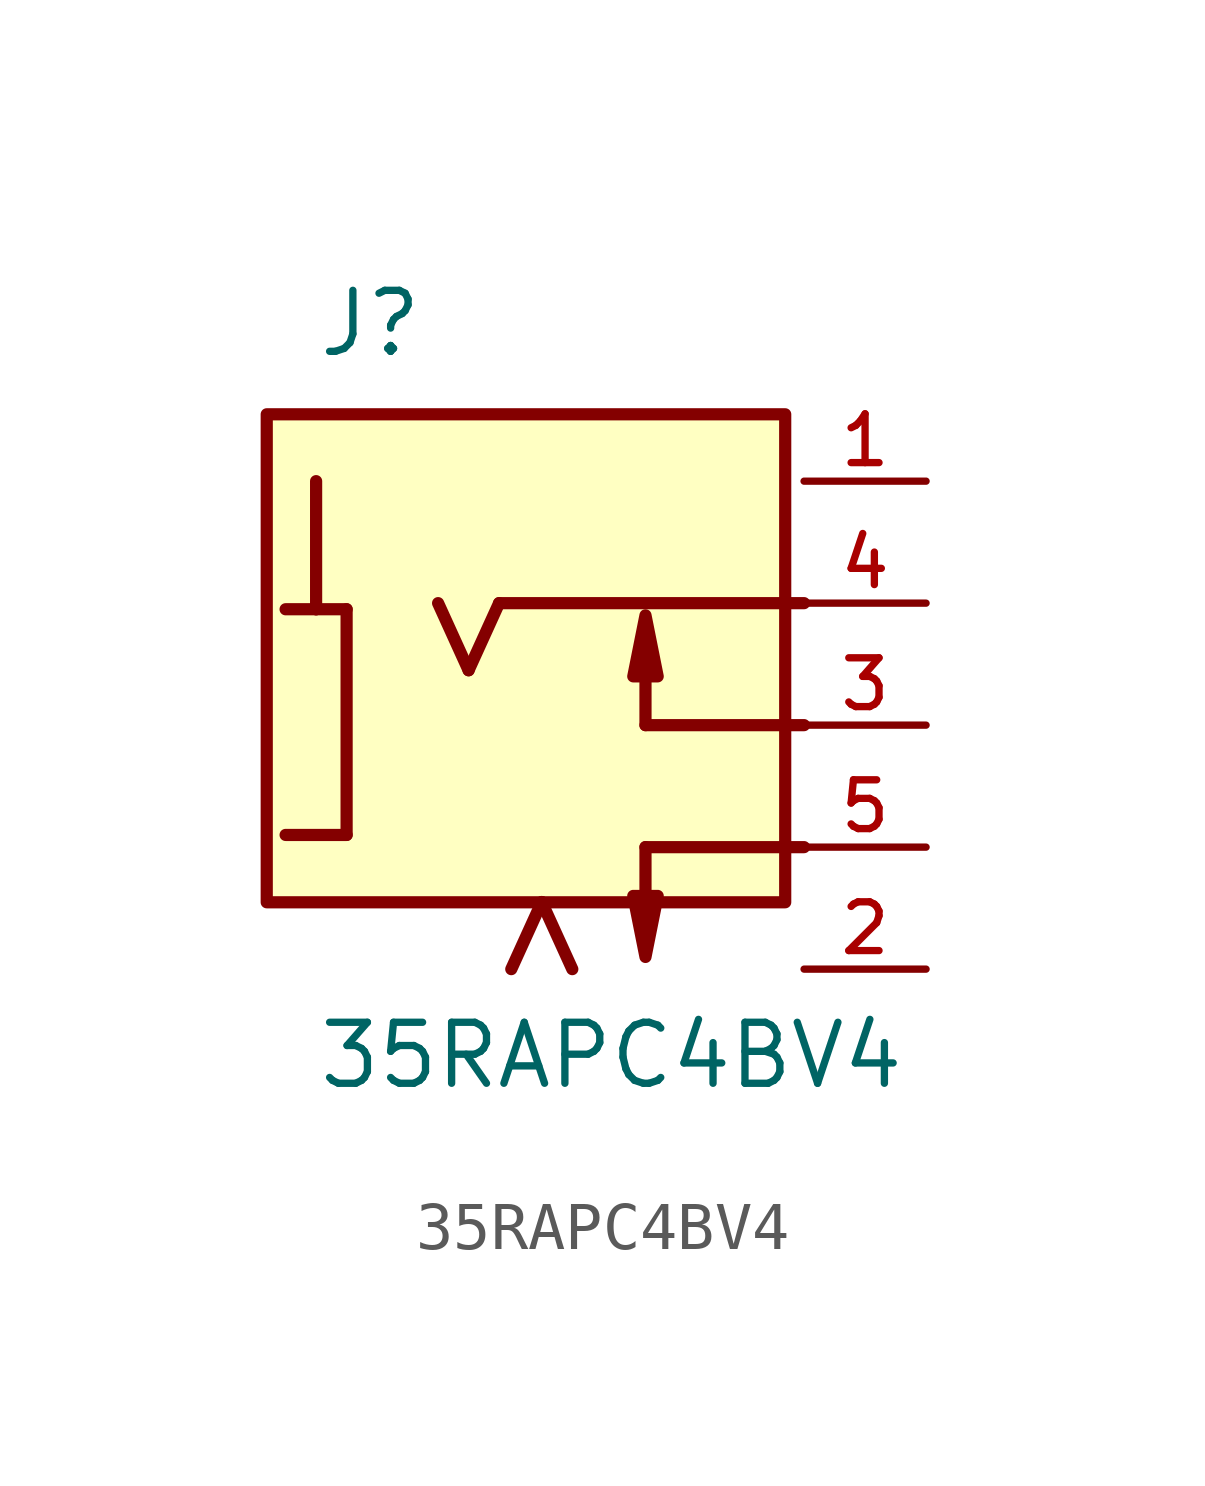
<source format=kicad_sym>
(kicad_symbol_lib
  (version 20211014)
  (generator kicad_symbol_editor)
  (symbol "35RAPC4BV4"
    (pin_names
      (offset 1.016))
    (property "Reference" "J"
      (at -5.08 7.62 0)
      (effects (font (size 1.27 1.27)) (justify bottom left)))
    (property "Value" "35RAPC4BV4"
      (at -5.08 -7.62 0)
      (effects (font (size 1.27 1.27)) (justify bottom left)))
    (symbol "35RAPC4BV4_0_0"
      (polyline (pts (xy 5.08 2.54) (xy -1.27 2.54)) (stroke (width 0.254)))
      (polyline (pts (xy -5.08 5.08) (xy -5.08 2.413)) (stroke (width 0.254)))
      (polyline (pts (xy -5.08 2.413) (xy -4.445 2.413)) (stroke (width 0.254)))
      (polyline (pts (xy -4.445 2.413) (xy -4.445 -2.286)) (stroke (width 0.254)))
      (polyline (pts (xy -4.445 -2.286) (xy -5.715 -2.286)) (stroke (width 0.254)))
      (polyline (pts (xy -5.715 2.413) (xy -5.08 2.413)) (stroke (width 0.254)))
      (polyline (pts (xy -1.27 2.54) (xy -1.905 1.143)) (stroke (width 0.254)))
      (polyline (pts (xy -1.905 1.143) (xy -2.54 2.54)) (stroke (width 0.254)))
      (polyline (pts (xy 0.254 -5.08) (xy -0.381 -3.683)) (stroke (width 0.254)))
      (polyline (pts (xy -0.381 -3.683) (xy -1.016 -5.08)) (stroke (width 0.254)))
      (polyline (pts (xy 1.778 -2.54) (xy 5.08 -2.54)) (stroke (width 0.254)))
      (polyline (pts (xy 1.778 -2.54) (xy 1.778 -4.318)) (stroke (width 0.254)))
      (polyline (pts (xy 1.778 -4.826) (xy 1.524 -3.556) (xy 2.032 -3.556) (xy 1.778 -4.826)) (stroke (width 0.254)) (fill (type outline)))
      (polyline (pts (xy 1.778 0.0) (xy 5.08 0.0)) (stroke (width 0.254)))
      (polyline (pts (xy 1.778 0.0) (xy 1.778 1.778)) (stroke (width 0.254)))
      (polyline (pts (xy 1.778 2.286) (xy 1.524 1.016) (xy 2.032 1.016) (xy 1.778 2.286)) (stroke (width 0.254)) (fill (type outline)))
      (rectangle (start -6.108 -3.688) (end 4.687 6.472) (stroke (width 0.254)) (fill (type background)))
      (pin passive line (at 7.62 5.08 180.0) (length 2.54) (name "~" (effects (font (size 1.016 1.016)))) (number "1" (effects (font (size 1.016 1.016)))))
      (pin passive line (at 7.62 2.54 180.0) (length 2.54) (name "~" (effects (font (size 1.016 1.016)))) (number "4" (effects (font (size 1.016 1.016)))))
      (pin passive line (at 7.62 -5.08 180.0) (length 2.54) (name "~" (effects (font (size 1.016 1.016)))) (number "2" (effects (font (size 1.016 1.016)))))
      (pin passive line (at 7.62 -2.54 180.0) (length 2.54) (name "~" (effects (font (size 1.016 1.016)))) (number "5" (effects (font (size 1.016 1.016)))))
      (pin passive line (at 7.62 0.0 180.0) (length 2.54) (name "~" (effects (font (size 1.016 1.016)))) (number "3" (effects (font (size 1.016 1.016))))))))
</source>
